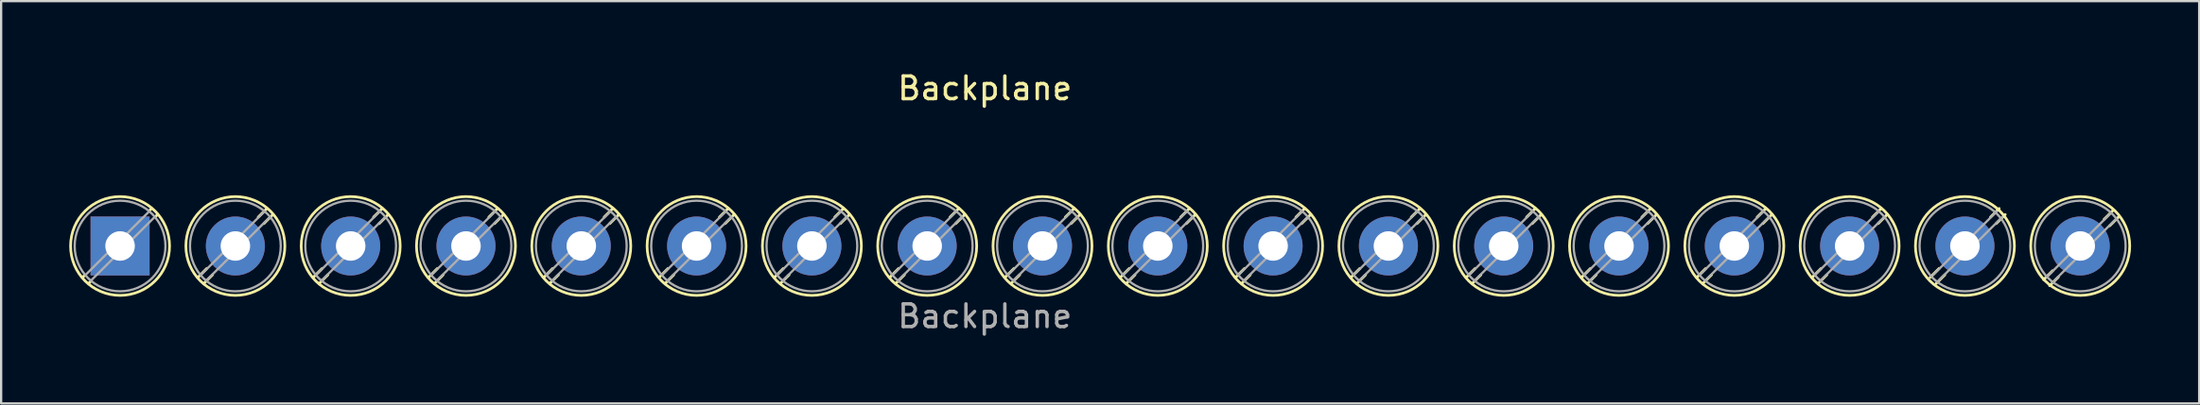
<source format=kicad_pcb>
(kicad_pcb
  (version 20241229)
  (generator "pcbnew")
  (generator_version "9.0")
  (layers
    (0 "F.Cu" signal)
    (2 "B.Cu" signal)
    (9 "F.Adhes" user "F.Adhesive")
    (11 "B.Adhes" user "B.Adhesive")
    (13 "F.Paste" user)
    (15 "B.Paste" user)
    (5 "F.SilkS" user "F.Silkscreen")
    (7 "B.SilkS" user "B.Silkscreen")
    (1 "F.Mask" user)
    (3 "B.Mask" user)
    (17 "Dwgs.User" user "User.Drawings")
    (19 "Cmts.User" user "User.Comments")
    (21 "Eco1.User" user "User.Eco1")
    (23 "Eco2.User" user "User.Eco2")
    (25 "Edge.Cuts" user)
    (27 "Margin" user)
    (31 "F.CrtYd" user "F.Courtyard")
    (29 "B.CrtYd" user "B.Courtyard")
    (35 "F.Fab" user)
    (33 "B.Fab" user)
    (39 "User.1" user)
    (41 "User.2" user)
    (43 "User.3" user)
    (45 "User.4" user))
  (footprint "Backplane"
    (layer "F.Cu")
    (at 2.24 7.808)
    (property "Reference" "Backplane" (at 38.1 -6.96 0) (layer "F.SilkS") (effects (font (size 1 1) (thickness 0.15))))
    (attr through_hole)
    (fp_line (start -1.548 1.281) (end -1.654 1.388) (stroke (width 0.12) (type solid)) (layer "F.SilkS"))
    (fp_line (start -1.282 1.547) (end -1.388 1.654) (stroke (width 0.12) (type solid)) (layer "F.SilkS"))
    (fp_line (start 1.388 -1.654) (end 1.281 -1.547) (stroke (width 0.12) (type solid)) (layer "F.SilkS"))
    (fp_line (start 1.654 -1.388) (end 1.547 -1.281) (stroke (width 0.12) (type solid)) (layer "F.SilkS"))
    (fp_line (start 3.822 0.992) (end 3.427 1.388) (stroke (width 0.12) (type solid)) (layer "F.SilkS"))
    (fp_line (start 4.073 1.274) (end 3.693 1.654) (stroke (width 0.12) (type solid)) (layer "F.SilkS"))
    (fp_line (start 6.468 -1.654) (end 6.088 -1.274) (stroke (width 0.12) (type solid)) (layer "F.SilkS"))
    (fp_line (start 6.734 -1.388) (end 6.339 -0.992) (stroke (width 0.12) (type solid)) (layer "F.SilkS"))
    (fp_line (start 8.902 0.992) (end 8.507 1.388) (stroke (width 0.12) (type solid)) (layer "F.SilkS"))
    (fp_line (start 9.153 1.274) (end 8.773 1.654) (stroke (width 0.12) (type solid)) (layer "F.SilkS"))
    (fp_line (start 11.548 -1.654) (end 11.168 -1.274) (stroke (width 0.12) (type solid)) (layer "F.SilkS"))
    (fp_line (start 11.814 -1.388) (end 11.419 -0.992) (stroke (width 0.12) (type solid)) (layer "F.SilkS"))
    (fp_line (start 13.982 0.992) (end 13.587 1.388) (stroke (width 0.12) (type solid)) (layer "F.SilkS"))
    (fp_line (start 14.233 1.274) (end 13.853 1.654) (stroke (width 0.12) (type solid)) (layer "F.SilkS"))
    (fp_line (start 16.628 -1.654) (end 16.248 -1.274) (stroke (width 0.12) (type solid)) (layer "F.SilkS"))
    (fp_line (start 16.894 -1.388) (end 16.499 -0.992) (stroke (width 0.12) (type solid)) (layer "F.SilkS"))
    (fp_line (start 19.062 0.992) (end 18.667 1.388) (stroke (width 0.12) (type solid)) (layer "F.SilkS"))
    (fp_line (start 19.313 1.274) (end 18.933 1.654) (stroke (width 0.12) (type solid)) (layer "F.SilkS"))
    (fp_line (start 21.708 -1.654) (end 21.328 -1.274) (stroke (width 0.12) (type solid)) (layer "F.SilkS"))
    (fp_line (start 21.974 -1.388) (end 21.579 -0.992) (stroke (width 0.12) (type solid)) (layer "F.SilkS"))
    (fp_line (start 24.142 0.992) (end 23.747 1.388) (stroke (width 0.12) (type solid)) (layer "F.SilkS"))
    (fp_line (start 24.393 1.274) (end 24.013 1.654) (stroke (width 0.12) (type solid)) (layer "F.SilkS"))
    (fp_line (start 26.788 -1.654) (end 26.408 -1.274) (stroke (width 0.12) (type solid)) (layer "F.SilkS"))
    (fp_line (start 27.054 -1.388) (end 26.659 -0.992) (stroke (width 0.12) (type solid)) (layer "F.SilkS"))
    (fp_line (start 29.222 0.992) (end 28.827 1.388) (stroke (width 0.12) (type solid)) (layer "F.SilkS"))
    (fp_line (start 29.473 1.274) (end 29.093 1.654) (stroke (width 0.12) (type solid)) (layer "F.SilkS"))
    (fp_line (start 31.868 -1.654) (end 31.488 -1.274) (stroke (width 0.12) (type solid)) (layer "F.SilkS"))
    (fp_line (start 32.134 -1.388) (end 31.739 -0.992) (stroke (width 0.12) (type solid)) (layer "F.SilkS"))
    (fp_line (start 34.302 0.992) (end 33.907 1.388) (stroke (width 0.12) (type solid)) (layer "F.SilkS"))
    (fp_line (start 34.553 1.274) (end 34.173 1.654) (stroke (width 0.12) (type solid)) (layer "F.SilkS"))
    (fp_line (start 36.948 -1.654) (end 36.568 -1.274) (stroke (width 0.12) (type solid)) (layer "F.SilkS"))
    (fp_line (start 37.214 -1.388) (end 36.819 -0.992) (stroke (width 0.12) (type solid)) (layer "F.SilkS"))
    (fp_line (start 39.382 0.992) (end 38.987 1.388) (stroke (width 0.12) (type solid)) (layer "F.SilkS"))
    (fp_line (start 39.633 1.274) (end 39.253 1.654) (stroke (width 0.12) (type solid)) (layer "F.SilkS"))
    (fp_line (start 42.028 -1.654) (end 41.648 -1.274) (stroke (width 0.12) (type solid)) (layer "F.SilkS"))
    (fp_line (start 42.294 -1.388) (end 41.899 -0.992) (stroke (width 0.12) (type solid)) (layer "F.SilkS"))
    (fp_line (start 44.462 0.992) (end 44.067 1.388) (stroke (width 0.12) (type solid)) (layer "F.SilkS"))
    (fp_line (start 44.713 1.274) (end 44.333 1.654) (stroke (width 0.12) (type solid)) (layer "F.SilkS"))
    (fp_line (start 47.108 -1.654) (end 46.728 -1.274) (stroke (width 0.12) (type solid)) (layer "F.SilkS"))
    (fp_line (start 47.374 -1.388) (end 46.979 -0.992) (stroke (width 0.12) (type solid)) (layer "F.SilkS"))
    (fp_line (start 49.542 0.992) (end 49.147 1.388) (stroke (width 0.12) (type solid)) (layer "F.SilkS"))
    (fp_line (start 49.793 1.274) (end 49.413 1.654) (stroke (width 0.12) (type solid)) (layer "F.SilkS"))
    (fp_line (start 52.188 -1.654) (end 51.808 -1.274) (stroke (width 0.12) (type solid)) (layer "F.SilkS"))
    (fp_line (start 52.454 -1.388) (end 52.059 -0.992) (stroke (width 0.12) (type solid)) (layer "F.SilkS"))
    (fp_line (start 54.622 0.992) (end 54.227 1.388) (stroke (width 0.12) (type solid)) (layer "F.SilkS"))
    (fp_line (start 54.873 1.274) (end 54.493 1.654) (stroke (width 0.12) (type solid)) (layer "F.SilkS"))
    (fp_line (start 57.268 -1.654) (end 56.888 -1.274) (stroke (width 0.12) (type solid)) (layer "F.SilkS"))
    (fp_line (start 57.534 -1.388) (end 57.139 -0.992) (stroke (width 0.12) (type solid)) (layer "F.SilkS"))
    (fp_line (start 59.702 0.992) (end 59.307 1.388) (stroke (width 0.12) (type solid)) (layer "F.SilkS"))
    (fp_line (start 59.953 1.274) (end 59.573 1.654) (stroke (width 0.12) (type solid)) (layer "F.SilkS"))
    (fp_line (start 62.348 -1.654) (end 61.968 -1.274) (stroke (width 0.12) (type solid)) (layer "F.SilkS"))
    (fp_line (start 62.614 -1.388) (end 62.219 -0.992) (stroke (width 0.12) (type solid)) (layer "F.SilkS"))
    (fp_line (start 64.782 0.992) (end 64.387 1.388) (stroke (width 0.12) (type solid)) (layer "F.SilkS"))
    (fp_line (start 65.033 1.274) (end 64.653 1.654) (stroke (width 0.12) (type solid)) (layer "F.SilkS"))
    (fp_line (start 67.428 -1.654) (end 67.048 -1.274) (stroke (width 0.12) (type solid)) (layer "F.SilkS"))
    (fp_line (start 67.694 -1.388) (end 67.299 -0.992) (stroke (width 0.12) (type solid)) (layer "F.SilkS"))
    (fp_line (start 69.862 0.992) (end 69.467 1.388) (stroke (width 0.12) (type solid)) (layer "F.SilkS"))
    (fp_line (start 70.113 1.274) (end 69.733 1.654) (stroke (width 0.12) (type solid)) (layer "F.SilkS"))
    (fp_line (start 72.508 -1.654) (end 72.128 -1.274) (stroke (width 0.12) (type solid)) (layer "F.SilkS"))
    (fp_line (start 72.774 -1.388) (end 72.379 -0.992) (stroke (width 0.12) (type solid)) (layer "F.SilkS"))
    (fp_line (start 74.942 0.992) (end 74.547 1.388) (stroke (width 0.12) (type solid)) (layer "F.SilkS"))
    (fp_line (start 75.193 1.274) (end 74.813 1.654) (stroke (width 0.12) (type solid)) (layer "F.SilkS"))
    (fp_line (start 77.588 -1.654) (end 77.208 -1.274) (stroke (width 0.12) (type solid)) (layer "F.SilkS"))
    (fp_line (start 77.854 -1.388) (end 77.459 -0.992) (stroke (width 0.12) (type solid)) (layer "F.SilkS"))
    (fp_line (start 80.142 0.992) (end 79.747 1.388) (stroke (width 0.12) (type solid)) (layer "F.SilkS"))
    (fp_line (start 80.393 1.274) (end 80.013 1.654) (stroke (width 0.12) (type solid)) (layer "F.SilkS"))
    (fp_line (start 82.788 -1.654) (end 82.408 -1.274) (stroke (width 0.12) (type solid)) (layer "F.SilkS"))
    (fp_line (start 83.054 -1.388) (end 82.659 -0.992) (stroke (width 0.12) (type solid)) (layer "F.SilkS"))
    (fp_line (start 85.142 1.092) (end 84.747 1.488) (stroke (width 0.12) (type solid)) (layer "F.SilkS"))
    (fp_line (start 85.393 1.374) (end 85.013 1.754) (stroke (width 0.12) (type solid)) (layer "F.SilkS"))
    (fp_line (start 87.788 -1.554) (end 87.408 -1.174) (stroke (width 0.12) (type solid)) (layer "F.SilkS"))
    (fp_line (start 88.054 -1.288) (end 87.659 -0.892) (stroke (width 0.12) (type solid)) (layer "F.SilkS"))
    (fp_circle (center 0 0) (end 2.18 0) (stroke (width 0.12) (type solid)) (fill no) (layer "F.SilkS"))
    (fp_circle (center 5.08 0) (end 7.26 0) (stroke (width 0.12) (type solid)) (fill no) (layer "F.SilkS"))
    (fp_circle (center 10.16 0) (end 12.34 0) (stroke (width 0.12) (type solid)) (fill no) (layer "F.SilkS"))
    (fp_circle (center 15.24 0) (end 17.42 0) (stroke (width 0.12) (type solid)) (fill no) (layer "F.SilkS"))
    (fp_circle (center 20.32 0) (end 22.5 0) (stroke (width 0.12) (type solid)) (fill no) (layer "F.SilkS"))
    (fp_circle (center 25.4 0) (end 27.58 0) (stroke (width 0.12) (type solid)) (fill no) (layer "F.SilkS"))
    (fp_circle (center 30.48 0) (end 32.66 0) (stroke (width 0.12) (type solid)) (fill no) (layer "F.SilkS"))
    (fp_circle (center 35.56 0) (end 37.74 0) (stroke (width 0.12) (type solid)) (fill no) (layer "F.SilkS"))
    (fp_circle (center 40.64 0) (end 42.82 0) (stroke (width 0.12) (type solid)) (fill no) (layer "F.SilkS"))
    (fp_circle (center 45.72 0) (end 47.9 0) (stroke (width 0.12) (type solid)) (fill no) (layer "F.SilkS"))
    (fp_circle (center 50.8 0) (end 52.98 0) (stroke (width 0.12) (type solid)) (fill no) (layer "F.SilkS"))
    (fp_circle (center 55.88 0) (end 58.06 0) (stroke (width 0.12) (type solid)) (fill no) (layer "F.SilkS"))
    (fp_circle (center 60.96 0) (end 63.14 0) (stroke (width 0.12) (type solid)) (fill no) (layer "F.SilkS"))
    (fp_circle (center 66.04 0) (end 68.22 0) (stroke (width 0.12) (type solid)) (fill no) (layer "F.SilkS"))
    (fp_circle (center 71.12 0) (end 73.3 0) (stroke (width 0.12) (type solid)) (fill no) (layer "F.SilkS"))
    (fp_circle (center 76.2 0) (end 78.38 0) (stroke (width 0.12) (type solid)) (fill no) (layer "F.SilkS"))
    (fp_circle (center 81.28 0) (end 83.46 0) (stroke (width 0.12) (type solid)) (fill no) (layer "F.SilkS"))
    (fp_circle (center 86.36 0) (end 88.54 0) (stroke (width 0.12) (type solid)) (fill no) (layer "F.SilkS"))
    (fp_line (start 1.273 -1.517) (end -1.517 1.273) (stroke (width 0.1) (type solid)) (layer "F.Fab"))
    (fp_line (start 1.517 -1.273) (end -1.273 1.517) (stroke (width 0.1) (type solid)) (layer "F.Fab"))
    (fp_line (start 6.353 -1.517) (end 3.564 1.273) (stroke (width 0.1) (type solid)) (layer "F.Fab"))
    (fp_line (start 6.597 -1.273) (end 3.808 1.517) (stroke (width 0.1) (type solid)) (layer "F.Fab"))
    (fp_line (start 11.433 -1.517) (end 8.644 1.273) (stroke (width 0.1) (type solid)) (layer "F.Fab"))
    (fp_line (start 11.677 -1.273) (end 8.888 1.517) (stroke (width 0.1) (type solid)) (layer "F.Fab"))
    (fp_line (start 16.513 -1.517) (end 13.724 1.273) (stroke (width 0.1) (type solid)) (layer "F.Fab"))
    (fp_line (start 16.757 -1.273) (end 13.968 1.517) (stroke (width 0.1) (type solid)) (layer "F.Fab"))
    (fp_line (start 21.593 -1.517) (end 18.804 1.273) (stroke (width 0.1) (type solid)) (layer "F.Fab"))
    (fp_line (start 21.837 -1.273) (end 19.048 1.517) (stroke (width 0.1) (type solid)) (layer "F.Fab"))
    (fp_line (start 26.673 -1.517) (end 23.884 1.273) (stroke (width 0.1) (type solid)) (layer "F.Fab"))
    (fp_line (start 26.917 -1.273) (end 24.128 1.517) (stroke (width 0.1) (type solid)) (layer "F.Fab"))
    (fp_line (start 31.753 -1.517) (end 28.964 1.273) (stroke (width 0.1) (type solid)) (layer "F.Fab"))
    (fp_line (start 31.997 -1.273) (end 29.208 1.517) (stroke (width 0.1) (type solid)) (layer "F.Fab"))
    (fp_line (start 36.833 -1.517) (end 34.044 1.273) (stroke (width 0.1) (type solid)) (layer "F.Fab"))
    (fp_line (start 37.077 -1.273) (end 34.288 1.517) (stroke (width 0.1) (type solid)) (layer "F.Fab"))
    (fp_line (start 41.913 -1.517) (end 39.124 1.273) (stroke (width 0.1) (type solid)) (layer "F.Fab"))
    (fp_line (start 42.157 -1.273) (end 39.368 1.517) (stroke (width 0.1) (type solid)) (layer "F.Fab"))
    (fp_line (start 46.993 -1.517) (end 44.204 1.273) (stroke (width 0.1) (type solid)) (layer "F.Fab"))
    (fp_line (start 47.237 -1.273) (end 44.448 1.517) (stroke (width 0.1) (type solid)) (layer "F.Fab"))
    (fp_line (start 52.073 -1.517) (end 49.284 1.273) (stroke (width 0.1) (type solid)) (layer "F.Fab"))
    (fp_line (start 52.317 -1.273) (end 49.528 1.517) (stroke (width 0.1) (type solid)) (layer "F.Fab"))
    (fp_line (start 57.153 -1.517) (end 54.364 1.273) (stroke (width 0.1) (type solid)) (layer "F.Fab"))
    (fp_line (start 57.397 -1.273) (end 54.608 1.517) (stroke (width 0.1) (type solid)) (layer "F.Fab"))
    (fp_line (start 62.233 -1.517) (end 59.444 1.273) (stroke (width 0.1) (type solid)) (layer "F.Fab"))
    (fp_line (start 62.477 -1.273) (end 59.688 1.517) (stroke (width 0.1) (type solid)) (layer "F.Fab"))
    (fp_line (start 67.313 -1.517) (end 64.524 1.273) (stroke (width 0.1) (type solid)) (layer "F.Fab"))
    (fp_line (start 67.557 -1.273) (end 64.768 1.517) (stroke (width 0.1) (type solid)) (layer "F.Fab"))
    (fp_line (start 72.393 -1.517) (end 69.604 1.273) (stroke (width 0.1) (type solid)) (layer "F.Fab"))
    (fp_line (start 72.637 -1.273) (end 69.848 1.517) (stroke (width 0.1) (type solid)) (layer "F.Fab"))
    (fp_line (start 77.473 -1.517) (end 74.684 1.273) (stroke (width 0.1) (type solid)) (layer "F.Fab"))
    (fp_line (start 77.717 -1.273) (end 74.928 1.517) (stroke (width 0.1) (type solid)) (layer "F.Fab"))
    (fp_line (start 82.673 -1.517) (end 79.884 1.273) (stroke (width 0.1) (type solid)) (layer "F.Fab"))
    (fp_line (start 82.917 -1.273) (end 80.128 1.517) (stroke (width 0.1) (type solid)) (layer "F.Fab"))
    (fp_line (start 87.673 -1.417) (end 84.884 1.373) (stroke (width 0.1) (type solid)) (layer "F.Fab"))
    (fp_line (start 87.917 -1.173) (end 85.128 1.617) (stroke (width 0.1) (type solid)) (layer "F.Fab"))
    (fp_circle (center 0 0) (end 2 0) (stroke (width 0.1) (type solid)) (fill no) (layer "F.Fab"))
    (fp_circle (center 5.08 0) (end 7.08 0) (stroke (width 0.1) (type solid)) (fill no) (layer "F.Fab"))
    (fp_circle (center 10.16 0) (end 12.16 0) (stroke (width 0.1) (type solid)) (fill no) (layer "F.Fab"))
    (fp_circle (center 15.24 0) (end 17.24 0) (stroke (width 0.1) (type solid)) (fill no) (layer "F.Fab"))
    (fp_circle (center 20.32 0) (end 22.32 0) (stroke (width 0.1) (type solid)) (fill no) (layer "F.Fab"))
    (fp_circle (center 25.4 0) (end 27.4 0) (stroke (width 0.1) (type solid)) (fill no) (layer "F.Fab"))
    (fp_circle (center 30.48 0) (end 32.48 0) (stroke (width 0.1) (type solid)) (fill no) (layer "F.Fab"))
    (fp_circle (center 35.56 0) (end 37.56 0) (stroke (width 0.1) (type solid)) (fill no) (layer "F.Fab"))
    (fp_circle (center 40.64 0) (end 42.64 0) (stroke (width 0.1) (type solid)) (fill no) (layer "F.Fab"))
    (fp_circle (center 45.72 0) (end 47.72 0) (stroke (width 0.1) (type solid)) (fill no) (layer "F.Fab"))
    (fp_circle (center 50.8 0) (end 52.8 0) (stroke (width 0.1) (type solid)) (fill no) (layer "F.Fab"))
    (fp_circle (center 55.88 0) (end 57.88 0) (stroke (width 0.1) (type solid)) (fill no) (layer "F.Fab"))
    (fp_circle (center 60.96 0) (end 62.96 0) (stroke (width 0.1) (type solid)) (fill no) (layer "F.Fab"))
    (fp_circle (center 66.04 0) (end 68.04 0) (stroke (width 0.1) (type solid)) (fill no) (layer "F.Fab"))
    (fp_circle (center 71.12 0) (end 73.12 0) (stroke (width 0.1) (type solid)) (fill no) (layer "F.Fab"))
    (fp_circle (center 76.2 0) (end 78.2 0) (stroke (width 0.1) (type solid)) (fill no) (layer "F.Fab"))
    (fp_circle (center 81.28 0) (end 83.28 0) (stroke (width 0.1) (type solid)) (fill no) (layer "F.Fab"))
    (fp_circle (center 86.36 0) (end 88.36 0) (stroke (width 0.1) (type solid)) (fill no) (layer "F.Fab"))
    (fp_text user "${REFERENCE}" (at 38.1 3.1 0) (layer "F.Fab") (effects (font (size 1 1) (thickness 0.15))))
    (pad "1" thru_hole rect (at 0 0) (size 2.6 2.6) (drill 1.3) (layers "*.Cu" "*.Mask"))
    (pad "2" thru_hole circle (at 5.08 0) (size 2.6 2.6) (drill 1.3) (layers "*.Cu" "*.Mask"))
    (pad "3" thru_hole circle (at 10.16 0) (size 2.6 2.6) (drill 1.3) (layers "*.Cu" "*.Mask"))
    (pad "4" thru_hole circle (at 15.24 0) (size 2.6 2.6) (drill 1.3) (layers "*.Cu" "*.Mask"))
    (pad "5" thru_hole circle (at 20.32 0) (size 2.6 2.6) (drill 1.3) (layers "*.Cu" "*.Mask"))
    (pad "6" thru_hole circle (at 25.4 0) (size 2.6 2.6) (drill 1.3) (layers "*.Cu" "*.Mask"))
    (pad "7" thru_hole circle (at 30.48 0) (size 2.6 2.6) (drill 1.3) (layers "*.Cu" "*.Mask"))
    (pad "8" thru_hole circle (at 35.56 0) (size 2.6 2.6) (drill 1.3) (layers "*.Cu" "*.Mask"))
    (pad "9" thru_hole circle (at 40.64 0) (size 2.6 2.6) (drill 1.3) (layers "*.Cu" "*.Mask"))
    (pad "10" thru_hole circle (at 45.72 0) (size 2.6 2.6) (drill 1.3) (layers "*.Cu" "*.Mask"))
    (pad "11" thru_hole circle (at 50.8 0) (size 2.6 2.6) (drill 1.3) (layers "*.Cu" "*.Mask"))
    (pad "12" thru_hole circle (at 55.88 0) (size 2.6 2.6) (drill 1.3) (layers "*.Cu" "*.Mask"))
    (pad "13" thru_hole circle (at 60.96 0) (size 2.6 2.6) (drill 1.3) (layers "*.Cu" "*.Mask"))
    (pad "14" thru_hole circle (at 66.04 0) (size 2.6 2.6) (drill 1.3) (layers "*.Cu" "*.Mask"))
    (pad "15" thru_hole circle (at 71.12 0) (size 2.6 2.6) (drill 1.3) (layers "*.Cu" "*.Mask"))
    (pad "16" thru_hole circle (at 76.2 0) (size 2.6 2.6) (drill 1.3) (layers "*.Cu" "*.Mask"))
    (pad "16" thru_hole circle (at 86.36 0) (size 2.6 2.6) (drill 1.3) (layers "*.Cu" "*.Mask"))
    (pad "17" thru_hole circle (at 81.28 0) (size 2.6 2.6) (drill 1.3) (layers "*.Cu" "*.Mask")))
  (gr_rect
    (start -3 -3)
    (end 93.84 14.757)
    (stroke (width 0.1) (type default))
    (fill no)
    (layer "Edge.Cuts")))
</source>
